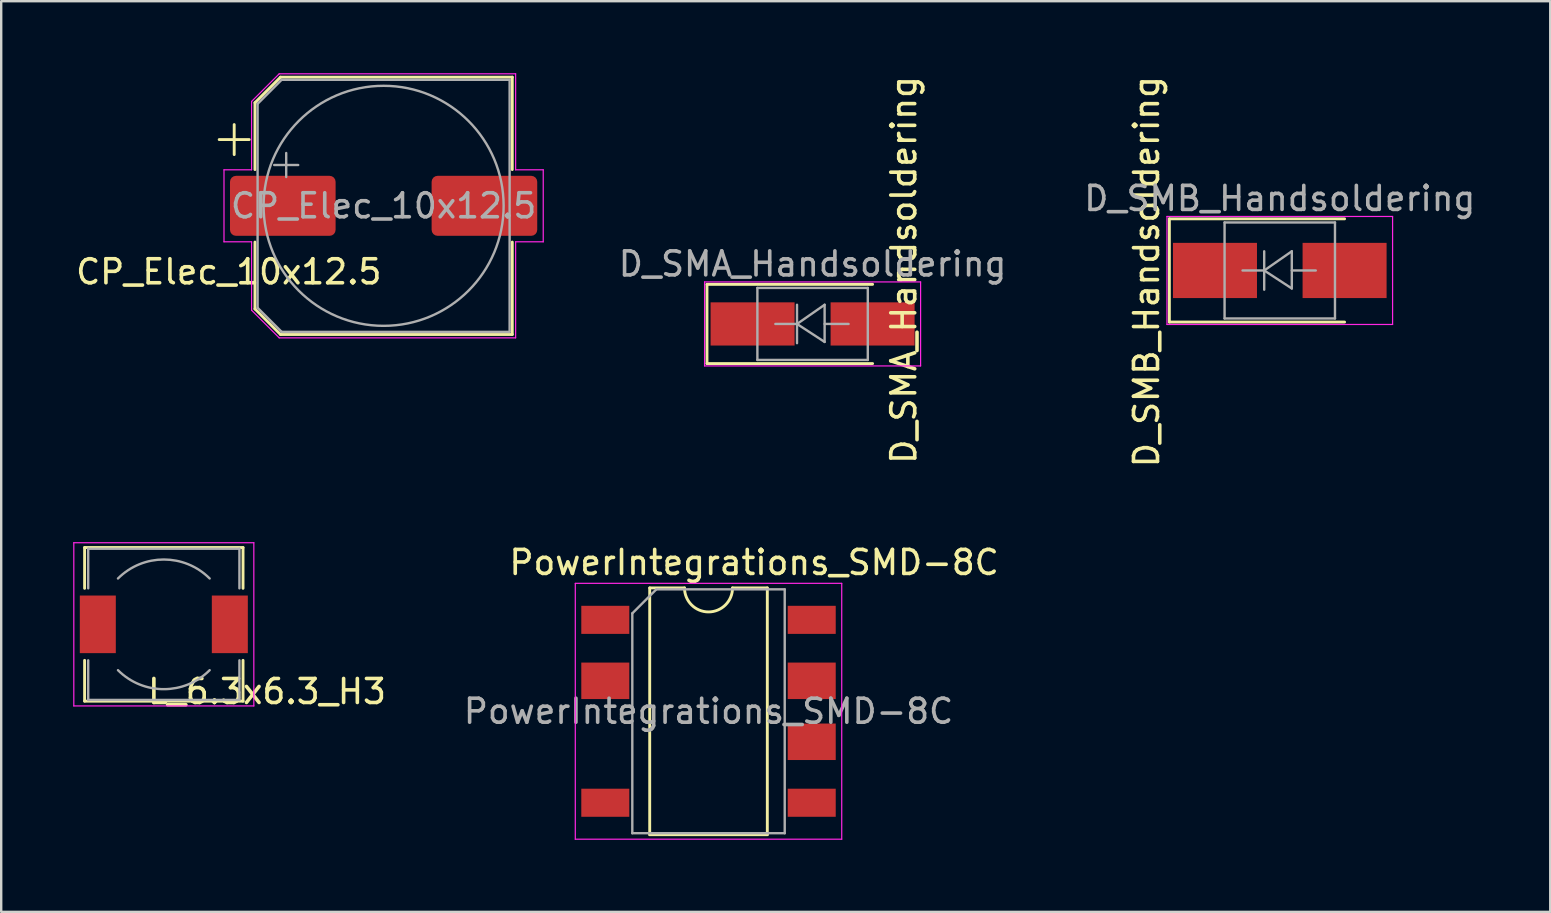
<source format=kicad_pcb>
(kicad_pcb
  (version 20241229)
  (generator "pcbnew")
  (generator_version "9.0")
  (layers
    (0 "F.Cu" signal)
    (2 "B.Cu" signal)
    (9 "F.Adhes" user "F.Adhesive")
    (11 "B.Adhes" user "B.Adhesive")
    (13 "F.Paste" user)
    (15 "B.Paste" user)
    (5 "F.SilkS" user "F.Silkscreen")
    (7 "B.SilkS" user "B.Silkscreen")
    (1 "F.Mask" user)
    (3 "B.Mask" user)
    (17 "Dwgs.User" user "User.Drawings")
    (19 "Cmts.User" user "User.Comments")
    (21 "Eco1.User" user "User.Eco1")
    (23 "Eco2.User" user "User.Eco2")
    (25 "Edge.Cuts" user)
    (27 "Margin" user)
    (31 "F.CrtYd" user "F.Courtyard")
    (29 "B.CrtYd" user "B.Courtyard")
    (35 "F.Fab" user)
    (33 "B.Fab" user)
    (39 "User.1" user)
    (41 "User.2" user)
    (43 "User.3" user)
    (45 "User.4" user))
  (footprint "CP_Elec_10x12.5"
    (layer "F.Cu")
    (at 12.932 5.525)
    (property "Reference" "CP_Elec_10x12.5" (at -6.45 2.75 0) (layer "F.SilkS") (effects (font (size 1 1) (thickness 0.15))))
    (attr smd)
    (fp_line (start -6.85 -2.76) (end -5.6 -2.76) (stroke (width 0.12) (type solid)) (layer "F.SilkS"))
    (fp_line (start -6.225 -3.385) (end -6.225 -2.135) (stroke (width 0.12) (type solid)) (layer "F.SilkS"))
    (fp_line (start -5.36 -4.296) (end -5.36 -1.51) (stroke (width 0.12) (type solid)) (layer "F.SilkS"))
    (fp_line (start -5.36 -4.296) (end -4.296 -5.36) (stroke (width 0.12) (type solid)) (layer "F.SilkS"))
    (fp_line (start -5.36 4.296) (end -5.36 1.51) (stroke (width 0.12) (type solid)) (layer "F.SilkS"))
    (fp_line (start -5.36 4.296) (end -4.296 5.36) (stroke (width 0.12) (type solid)) (layer "F.SilkS"))
    (fp_line (start -4.296 -5.36) (end 5.36 -5.36) (stroke (width 0.12) (type solid)) (layer "F.SilkS"))
    (fp_line (start -4.296 5.36) (end 5.36 5.36) (stroke (width 0.12) (type solid)) (layer "F.SilkS"))
    (fp_line (start 5.36 -5.36) (end 5.36 -1.51) (stroke (width 0.12) (type solid)) (layer "F.SilkS"))
    (fp_line (start 5.36 5.36) (end 5.36 1.51) (stroke (width 0.12) (type solid)) (layer "F.SilkS"))
    (fp_line (start -6.65 -1.5) (end -6.65 1.5) (stroke (width 0.05) (type solid)) (layer "F.CrtYd"))
    (fp_line (start -6.65 1.5) (end -5.5 1.5) (stroke (width 0.05) (type solid)) (layer "F.CrtYd"))
    (fp_line (start -5.5 -4.35) (end -5.5 -1.5) (stroke (width 0.05) (type solid)) (layer "F.CrtYd"))
    (fp_line (start -5.5 -4.35) (end -4.35 -5.5) (stroke (width 0.05) (type solid)) (layer "F.CrtYd"))
    (fp_line (start -5.5 -1.5) (end -6.65 -1.5) (stroke (width 0.05) (type solid)) (layer "F.CrtYd"))
    (fp_line (start -5.5 1.5) (end -5.5 4.35) (stroke (width 0.05) (type solid)) (layer "F.CrtYd"))
    (fp_line (start -5.5 4.35) (end -4.35 5.5) (stroke (width 0.05) (type solid)) (layer "F.CrtYd"))
    (fp_line (start -4.35 -5.5) (end 5.5 -5.5) (stroke (width 0.05) (type solid)) (layer "F.CrtYd"))
    (fp_line (start -4.35 5.5) (end 5.5 5.5) (stroke (width 0.05) (type solid)) (layer "F.CrtYd"))
    (fp_line (start 5.5 -5.5) (end 5.5 -1.5) (stroke (width 0.05) (type solid)) (layer "F.CrtYd"))
    (fp_line (start 5.5 -1.5) (end 6.65 -1.5) (stroke (width 0.05) (type solid)) (layer "F.CrtYd"))
    (fp_line (start 5.5 1.5) (end 5.5 5.5) (stroke (width 0.05) (type solid)) (layer "F.CrtYd"))
    (fp_line (start 6.65 -1.5) (end 6.65 1.5) (stroke (width 0.05) (type solid)) (layer "F.CrtYd"))
    (fp_line (start 6.65 1.5) (end 5.5 1.5) (stroke (width 0.05) (type solid)) (layer "F.CrtYd"))
    (fp_line (start -5.25 -4.25) (end -5.25 4.25) (stroke (width 0.1) (type solid)) (layer "F.Fab"))
    (fp_line (start -5.25 -4.25) (end -4.25 -5.25) (stroke (width 0.1) (type solid)) (layer "F.Fab"))
    (fp_line (start -5.25 4.25) (end -4.25 5.25) (stroke (width 0.1) (type solid)) (layer "F.Fab"))
    (fp_line (start -4.558 -1.7) (end -3.558 -1.7) (stroke (width 0.1) (type solid)) (layer "F.Fab"))
    (fp_line (start -4.25 -5.25) (end 5.25 -5.25) (stroke (width 0.1) (type solid)) (layer "F.Fab"))
    (fp_line (start -4.25 5.25) (end 5.25 5.25) (stroke (width 0.1) (type solid)) (layer "F.Fab"))
    (fp_line (start -4.058 -2.2) (end -4.058 -1.2) (stroke (width 0.1) (type solid)) (layer "F.Fab"))
    (fp_line (start 5.25 -5.25) (end 5.25 5.25) (stroke (width 0.1) (type solid)) (layer "F.Fab"))
    (fp_circle (center 0 0) (end 5 0) (stroke (width 0.1) (type solid)) (fill no) (layer "F.Fab"))
    (fp_text user "${REFERENCE}" (at 0 0 0) (layer "F.Fab") (effects (font (size 1 1) (thickness 0.15))))
    (pad "1" smd roundrect (at -4.2 0) (size 4.4 2.5) (layers "F.Cu" "F.Mask" "F.Paste") (roundrect_rratio 0.1))
    (pad "2" smd roundrect (at 4.2 0) (size 4.4 2.5) (layers "F.Cu" "F.Mask" "F.Paste") (roundrect_rratio 0.1)))
  (footprint "D_SMA_Handsoldering"
    (layer "F.Cu")
    (at 30.804 10.446)
    (property "Reference" "D_SMA_Handsoldering" (at 3.8 -2.25 90) (layer "F.SilkS") (effects (font (size 1 1) (thickness 0.15))))
    (attr smd)
    (fp_line (start -4.4 -1.65) (end -4.4 1.65) (stroke (width 0.12) (type solid)) (layer "F.SilkS"))
    (fp_line (start -4.4 -1.65) (end 2.5 -1.65) (stroke (width 0.12) (type solid)) (layer "F.SilkS"))
    (fp_line (start -4.4 1.65) (end 2.5 1.65) (stroke (width 0.12) (type solid)) (layer "F.SilkS"))
    (fp_line (start -4.5 -1.75) (end 4.5 -1.75) (stroke (width 0.05) (type solid)) (layer "F.CrtYd"))
    (fp_line (start -4.5 1.75) (end -4.5 -1.75) (stroke (width 0.05) (type solid)) (layer "F.CrtYd"))
    (fp_line (start 4.5 -1.75) (end 4.5 1.75) (stroke (width 0.05) (type solid)) (layer "F.CrtYd"))
    (fp_line (start 4.5 1.75) (end -4.5 1.75) (stroke (width 0.05) (type solid)) (layer "F.CrtYd"))
    (fp_line (start -2.3 1.5) (end -2.3 -1.5) (stroke (width 0.1) (type solid)) (layer "F.Fab"))
    (fp_line (start -0.649 -0.799) (end -0.649 0.801) (stroke (width 0.1) (type solid)) (layer "F.Fab"))
    (fp_line (start -0.649 0.001) (end -1.551 0.001) (stroke (width 0.1) (type solid)) (layer "F.Fab"))
    (fp_line (start -0.649 0.001) (end 0.501 -0.799) (stroke (width 0.1) (type solid)) (layer "F.Fab"))
    (fp_line (start -0.649 0.001) (end 0.501 0.75) (stroke (width 0.1) (type solid)) (layer "F.Fab"))
    (fp_line (start 0.501 0.001) (end 1.499 0.001) (stroke (width 0.1) (type solid)) (layer "F.Fab"))
    (fp_line (start 0.501 0.75) (end 0.501 -0.799) (stroke (width 0.1) (type solid)) (layer "F.Fab"))
    (fp_line (start 2.3 -1.5) (end -2.3 -1.5) (stroke (width 0.1) (type solid)) (layer "F.Fab"))
    (fp_line (start 2.3 -1.5) (end 2.3 1.5) (stroke (width 0.1) (type solid)) (layer "F.Fab"))
    (fp_line (start 2.3 1.5) (end -2.3 1.5) (stroke (width 0.1) (type solid)) (layer "F.Fab"))
    (fp_text user "${REFERENCE}" (at 0 -2.5 0) (layer "F.Fab") (effects (font (size 1 1) (thickness 0.15))))
    (pad "1" smd rect (at -2.5 0) (size 3.5 1.8) (layers "F.Cu" "F.Mask" "F.Paste"))
    (pad "2" smd rect (at 2.5 0) (size 3.5 1.8) (layers "F.Cu" "F.Mask" "F.Paste")))
  (footprint "D_SMB_Handsoldering"
    (layer "F.Cu")
    (at 50.268 8.218)
    (property "Reference" "D_SMB_Handsoldering" (at -5.55 0.05 90) (layer "F.SilkS") (effects (font (size 1 1) (thickness 0.15))))
    (attr smd)
    (fp_line (start -4.6 -2.15) (end -4.6 2.15) (stroke (width 0.12) (type solid)) (layer "F.SilkS"))
    (fp_line (start -4.6 -2.15) (end 2.7 -2.15) (stroke (width 0.12) (type solid)) (layer "F.SilkS"))
    (fp_line (start -4.6 2.15) (end 2.7 2.15) (stroke (width 0.12) (type solid)) (layer "F.SilkS"))
    (fp_line (start -4.7 -2.25) (end 4.7 -2.25) (stroke (width 0.05) (type solid)) (layer "F.CrtYd"))
    (fp_line (start -4.7 2.25) (end -4.7 -2.25) (stroke (width 0.05) (type solid)) (layer "F.CrtYd"))
    (fp_line (start 4.7 -2.25) (end 4.7 2.25) (stroke (width 0.05) (type solid)) (layer "F.CrtYd"))
    (fp_line (start 4.7 2.25) (end -4.7 2.25) (stroke (width 0.05) (type solid)) (layer "F.CrtYd"))
    (fp_line (start -2.3 2) (end -2.3 -2) (stroke (width 0.1) (type solid)) (layer "F.Fab"))
    (fp_line (start -0.649 -0.799) (end -0.649 0.801) (stroke (width 0.1) (type solid)) (layer "F.Fab"))
    (fp_line (start -0.649 0.001) (end -1.551 0.001) (stroke (width 0.1) (type solid)) (layer "F.Fab"))
    (fp_line (start -0.649 0.001) (end 0.501 -0.799) (stroke (width 0.1) (type solid)) (layer "F.Fab"))
    (fp_line (start -0.649 0.001) (end 0.501 0.75) (stroke (width 0.1) (type solid)) (layer "F.Fab"))
    (fp_line (start 0.501 0.001) (end 1.499 0.001) (stroke (width 0.1) (type solid)) (layer "F.Fab"))
    (fp_line (start 0.501 0.75) (end 0.501 -0.799) (stroke (width 0.1) (type solid)) (layer "F.Fab"))
    (fp_line (start 2.3 -2) (end -2.3 -2) (stroke (width 0.1) (type solid)) (layer "F.Fab"))
    (fp_line (start 2.3 -2) (end 2.3 2) (stroke (width 0.1) (type solid)) (layer "F.Fab"))
    (fp_line (start 2.3 2) (end -2.3 2) (stroke (width 0.1) (type solid)) (layer "F.Fab"))
    (fp_text user "${REFERENCE}" (at 0 -3 0) (layer "F.Fab") (effects (font (size 1 1) (thickness 0.15))))
    (pad "1" smd rect (at -2.7 0) (size 3.5 2.3) (layers "F.Cu" "F.Mask" "F.Paste"))
    (pad "2" smd rect (at 2.7 0) (size 3.5 2.3) (layers "F.Cu" "F.Mask" "F.Paste")))
  (footprint "PowerIntegrations_SMD-8C"
    (layer "F.Cu")
    (at 26.468 26.584)
    (property "Reference" "PowerIntegrations_SMD-8C" (at 1.9 -6.2 180) (layer "F.SilkS") (effects (font (size 1 1) (thickness 0.15))))
    (attr smd)
    (fp_line (start -2.45 -5.14) (end -2.45 5.14) (stroke (width 0.12) (type solid)) (layer "F.SilkS"))
    (fp_line (start -2.45 5.14) (end 2.45 5.14) (stroke (width 0.12) (type solid)) (layer "F.SilkS"))
    (fp_line (start -1 -5.14) (end -2.45 -5.14) (stroke (width 0.12) (type solid)) (layer "F.SilkS"))
    (fp_line (start 2.45 -5.14) (end 1 -5.14) (stroke (width 0.12) (type solid)) (layer "F.SilkS"))
    (fp_line (start 2.45 5.14) (end 2.45 -5.14) (stroke (width 0.12) (type solid)) (layer "F.SilkS"))
    (fp_arc (start 1 -5.14) (mid 0 -4.14) (end -1 -5.14) (stroke (width 0.12) (type solid)) (layer "F.SilkS"))
    (fp_line (start -5.55 -5.33) (end -5.55 5.33) (stroke (width 0.05) (type solid)) (layer "F.CrtYd"))
    (fp_line (start -5.55 -5.33) (end 5.55 -5.33) (stroke (width 0.05) (type solid)) (layer "F.CrtYd"))
    (fp_line (start 5.55 5.33) (end -5.55 5.33) (stroke (width 0.05) (type solid)) (layer "F.CrtYd"))
    (fp_line (start 5.55 5.33) (end 5.55 -5.33) (stroke (width 0.05) (type solid)) (layer "F.CrtYd"))
    (fp_line (start -3.175 -4.08) (end -2.175 -5.08) (stroke (width 0.1) (type solid)) (layer "F.Fab"))
    (fp_line (start -3.175 5.08) (end -3.175 -4.08) (stroke (width 0.1) (type solid)) (layer "F.Fab"))
    (fp_line (start -2.175 -5.08) (end 3.175 -5.08) (stroke (width 0.1) (type solid)) (layer "F.Fab"))
    (fp_line (start 3.175 -5.08) (end 3.175 5.08) (stroke (width 0.1) (type solid)) (layer "F.Fab"))
    (fp_line (start 3.175 5.08) (end -3.175 5.08) (stroke (width 0.1) (type solid)) (layer "F.Fab"))
    (fp_text user "${REFERENCE}" (at 0 0 180) (layer "F.Fab") (effects (font (size 1 1) (thickness 0.15))))
    (pad "1" smd rect (at -4.3 -3.81) (size 2 1.17) (layers "F.Cu" "F.Mask" "F.Paste"))
    (pad "2" smd rect (at -4.3 -1.27) (size 2 1.52) (layers "F.Cu" "F.Mask" "F.Paste"))
    (pad "4" smd rect (at -4.3 3.81) (size 2 1.17) (layers "F.Cu" "F.Mask" "F.Paste"))
    (pad "5" smd rect (at 4.3 3.81) (size 2 1.17) (layers "F.Cu" "F.Mask" "F.Paste"))
    (pad "6" smd rect (at 4.3 1.27) (size 2 1.52) (layers "F.Cu" "F.Mask" "F.Paste"))
    (pad "7" smd rect (at 4.3 -1.27) (size 2 1.52) (layers "F.Cu" "F.Mask" "F.Paste"))
    (pad "8" smd rect (at 4.3 -3.81) (size 2 1.17) (layers "F.Cu" "F.Mask" "F.Paste")))
  (footprint "L_6.3x6.3_H3"
    (layer "F.Cu")
    (at 3.775 22.961)
    (property "Reference" "L_6.3x6.3_H3" (at 4.3 2.8 180) (layer "F.SilkS") (effects (font (size 1 1) (thickness 0.15))))
    (attr smd)
    (fp_line (start -3.3 -3.2) (end 3.3 -3.2) (stroke (width 0.12) (type solid)) (layer "F.SilkS"))
    (fp_line (start -3.3 -1.5) (end -3.3 -3.2) (stroke (width 0.12) (type solid)) (layer "F.SilkS"))
    (fp_line (start -3.3 3.2) (end -3.3 1.5) (stroke (width 0.12) (type solid)) (layer "F.SilkS"))
    (fp_line (start 3.3 -3.2) (end 3.3 -1.5) (stroke (width 0.12) (type solid)) (layer "F.SilkS"))
    (fp_line (start 3.3 1.5) (end 3.3 3.2) (stroke (width 0.12) (type solid)) (layer "F.SilkS"))
    (fp_line (start 3.3 3.2) (end -3.3 3.2) (stroke (width 0.12) (type solid)) (layer "F.SilkS"))
    (fp_line (start -3.75 -3.4) (end -3.75 3.4) (stroke (width 0.05) (type solid)) (layer "F.CrtYd"))
    (fp_line (start -3.75 3.4) (end 3.75 3.4) (stroke (width 0.05) (type solid)) (layer "F.CrtYd"))
    (fp_line (start 3.75 -3.4) (end -3.75 -3.4) (stroke (width 0.05) (type solid)) (layer "F.CrtYd"))
    (fp_line (start 3.75 3.4) (end 3.75 -3.4) (stroke (width 0.05) (type solid)) (layer "F.CrtYd"))
    (fp_line (start -3.15 -3.15) (end -3.15 -1.5) (stroke (width 0.1) (type solid)) (layer "F.Fab"))
    (fp_line (start -3.15 -3.15) (end 3.15 -3.15) (stroke (width 0.1) (type solid)) (layer "F.Fab"))
    (fp_line (start -3.15 3.15) (end -3.15 1.5) (stroke (width 0.1) (type solid)) (layer "F.Fab"))
    (fp_line (start -3.15 3.15) (end 3.15 3.15) (stroke (width 0.1) (type solid)) (layer "F.Fab"))
    (fp_line (start 3.15 -3.15) (end 3.15 -1.5) (stroke (width 0.1) (type solid)) (layer "F.Fab"))
    (fp_line (start 3.15 3.15) (end 3.15 1.5) (stroke (width 0.1) (type solid)) (layer "F.Fab"))
    (fp_arc (start -1.91 -1.91) (mid 0 -2.701148) (end 1.91 -1.91) (stroke (width 0.1) (type solid)) (layer "F.Fab"))
    (fp_arc (start 1.91 1.91) (mid 0 2.701148) (end -1.91 1.91) (stroke (width 0.1) (type solid)) (layer "F.Fab"))
    (pad "1" smd rect (at -2.75 0) (size 1.5 2.4) (layers "F.Cu" "F.Mask" "F.Paste"))
    (pad "2" smd rect (at 2.75 0) (size 1.5 2.4) (layers "F.Cu" "F.Mask" "F.Paste")))
  (gr_rect
    (start -3 -3)
    (end 61.536 34.939)
    (stroke (width 0.1) (type default))
    (fill no)
    (layer "Edge.Cuts")))
</source>
